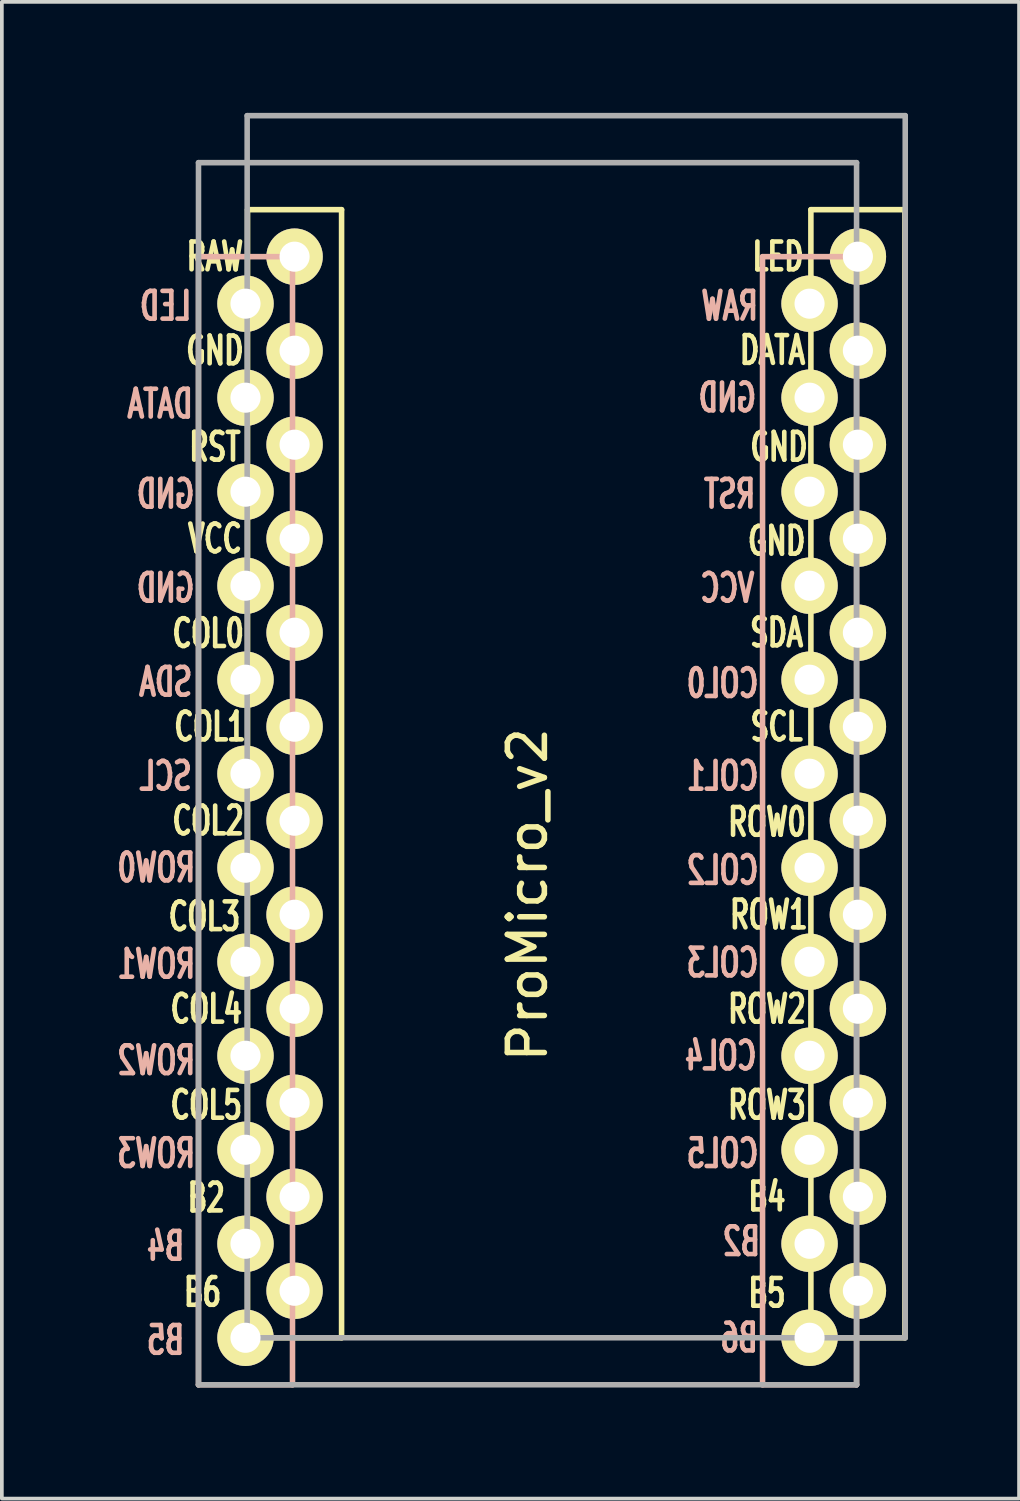
<source format=kicad_pcb>
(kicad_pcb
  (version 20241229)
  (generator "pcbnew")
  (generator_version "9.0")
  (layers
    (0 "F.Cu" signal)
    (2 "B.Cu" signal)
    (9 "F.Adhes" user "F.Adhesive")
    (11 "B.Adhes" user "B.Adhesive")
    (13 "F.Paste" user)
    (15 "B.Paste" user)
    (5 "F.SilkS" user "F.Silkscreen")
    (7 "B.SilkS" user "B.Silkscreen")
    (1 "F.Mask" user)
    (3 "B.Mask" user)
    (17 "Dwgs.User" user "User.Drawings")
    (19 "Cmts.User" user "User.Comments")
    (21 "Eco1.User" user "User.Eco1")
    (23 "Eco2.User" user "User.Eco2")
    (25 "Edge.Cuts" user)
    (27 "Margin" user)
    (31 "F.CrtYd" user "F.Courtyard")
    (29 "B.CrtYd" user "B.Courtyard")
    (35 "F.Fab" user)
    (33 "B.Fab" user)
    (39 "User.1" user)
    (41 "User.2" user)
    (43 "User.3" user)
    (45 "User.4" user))
  (footprint "ProMicro_v2"
    (layer "F.Cu")
    (at 12.473 18.363)
    (property "Reference" "ProMicro_v2" (at -1.27 2.762 270) (layer "F.SilkS") (effects (font (size 1 1) (thickness 0.15))))
    (attr through_hole)
    (fp_line (start -8.834 -15.748) (end -6.294 -15.748) (stroke (width 0.15) (type solid)) (layer "F.SilkS"))
    (fp_line (start -8.834 14.732) (end -8.834 -15.748) (stroke (width 0.15) (type solid)) (layer "F.SilkS"))
    (fp_line (start -6.294 -15.748) (end -6.294 14.732) (stroke (width 0.15) (type solid)) (layer "F.SilkS"))
    (fp_line (start -6.294 14.732) (end -8.834 14.732) (stroke (width 0.15) (type solid)) (layer "F.SilkS"))
    (fp_line (start 6.386 -15.748) (end 8.926 -15.748) (stroke (width 0.15) (type solid)) (layer "F.SilkS"))
    (fp_line (start 6.386 14.732) (end 6.386 -15.748) (stroke (width 0.15) (type solid)) (layer "F.SilkS"))
    (fp_line (start 8.926 -15.748) (end 8.926 14.732) (stroke (width 0.15) (type solid)) (layer "F.SilkS"))
    (fp_line (start 8.926 14.732) (end 6.386 14.732) (stroke (width 0.15) (type solid)) (layer "F.SilkS"))
    (fp_line (start -10.16 -14.478) (end -7.62 -14.478) (stroke (width 0.15) (type solid)) (layer "B.SilkS"))
    (fp_line (start -10.16 16.002) (end -10.16 -14.478) (stroke (width 0.15) (type solid)) (layer "B.SilkS"))
    (fp_line (start -7.62 -14.478) (end -7.62 16.002) (stroke (width 0.15) (type solid)) (layer "B.SilkS"))
    (fp_line (start -7.62 16.002) (end -10.16 16.002) (stroke (width 0.15) (type solid)) (layer "B.SilkS"))
    (fp_line (start 5.08 -14.478) (end 7.62 -14.478) (stroke (width 0.15) (type solid)) (layer "B.SilkS"))
    (fp_line (start 5.08 16.002) (end 5.08 -14.478) (stroke (width 0.15) (type solid)) (layer "B.SilkS"))
    (fp_line (start 7.62 -14.478) (end 7.62 16.002) (stroke (width 0.15) (type solid)) (layer "B.SilkS"))
    (fp_line (start 7.62 16.002) (end 5.08 16.002) (stroke (width 0.15) (type solid)) (layer "B.SilkS"))
    (fp_line (start -10.16 -17.018) (end 7.62 -17.018) (stroke (width 0.15) (type solid)) (layer "F.Fab"))
    (fp_line (start -10.16 16.002) (end -10.16 -17.018) (stroke (width 0.15) (type solid)) (layer "F.Fab"))
    (fp_line (start -8.845 -18.288) (end 8.935 -18.288) (stroke (width 0.15) (type solid)) (layer "F.Fab"))
    (fp_line (start -8.845 14.732) (end -8.845 -18.288) (stroke (width 0.15) (type solid)) (layer "F.Fab"))
    (fp_line (start 7.62 -17.018) (end 7.62 16.002) (stroke (width 0.15) (type solid)) (layer "F.Fab"))
    (fp_line (start 7.62 16.002) (end -10.16 16.002) (stroke (width 0.15) (type solid)) (layer "F.Fab"))
    (fp_line (start 8.935 -18.288) (end 8.935 14.732) (stroke (width 0.15) (type solid)) (layer "F.Fab"))
    (fp_line (start 8.935 14.732) (end -8.845 14.732) (stroke (width 0.15) (type solid)) (layer "F.Fab"))
    (fp_text user "COL1" (at -9.85 -1.778 0) (layer "F.SilkS") (effects (font (size 0.75 0.5) (thickness 0.125))))
    (fp_text user "SDA" (at 5.461 -4.318 0) (layer "F.SilkS") (effects (font (size 0.75 0.5) (thickness 0.125))))
    (fp_text user "COL4" (at -9.95 5.85 0) (layer "F.SilkS") (effects (font (size 0.75 0.5) (thickness 0.125))))
    (fp_text user "GND" (at 5.461 -6.795 0) (layer "F.SilkS") (effects (font (size 0.75 0.5) (thickness 0.125))))
    (fp_text user "ROW0" (at 5.2 0.8 0) (layer "F.SilkS") (effects (font (size 0.75 0.5) (thickness 0.125))))
    (fp_text user "B4" (at 5.2 10.922 0) (layer "F.SilkS") (effects (font (size 0.75 0.5) (thickness 0.125))))
    (fp_text user "RAW" (at -9.716 -14.478 0) (layer "F.SilkS") (effects (font (size 0.75 0.5) (thickness 0.125))))
    (fp_text user "B5" (at 5.2 13.525 0) (layer "F.SilkS") (effects (font (size 0.75 0.5) (thickness 0.125))))
    (fp_text user "COL0" (at -9.9 -4.3 0) (layer "F.SilkS") (effects (font (size 0.75 0.5) (thickness 0.125))))
    (fp_text user "GND" (at 5.524 -9.335 0) (layer "F.SilkS") (effects (font (size 0.75 0.5) (thickness 0.125))))
    (fp_text user "VCC" (at -9.716 -6.858 0) (layer "F.SilkS") (effects (font (size 0.75 0.5) (thickness 0.125))))
    (fp_text user "ROW3" (at 5.2 8.445 0) (layer "F.SilkS") (effects (font (size 0.75 0.5) (thickness 0.125))))
    (fp_text user "DATA" (at 5.35 -11.95 0) (layer "F.SilkS") (effects (font (size 0.75 0.5) (thickness 0.125))))
    (fp_text user "LED" (at 5.5 -14.478 0) (layer "F.SilkS") (effects (font (size 0.75 0.5) (thickness 0.125))))
    (fp_text user "ROW2" (at 5.2 5.85 0) (layer "F.SilkS") (effects (font (size 0.75 0.5) (thickness 0.125))))
    (fp_text user "SCL" (at 5.461 -1.778 0) (layer "F.SilkS") (effects (font (size 0.75 0.5) (thickness 0.125))))
    (fp_text user "B2" (at -9.95 10.95 0) (layer "F.SilkS") (effects (font (size 0.75 0.5) (thickness 0.125))))
    (fp_text user "" (at -0.5 -17.25 0) (layer "F.SilkS") (effects (font (size 1 1) (thickness 0.15))))
    (fp_text user "B6" (at -10.05 13.5 0) (layer "F.SilkS") (effects (font (size 0.75 0.5) (thickness 0.125))))
    (fp_text user "GND" (at -9.716 -11.938 0) (layer "F.SilkS") (effects (font (size 0.75 0.5) (thickness 0.125))))
    (fp_text user "COL3" (at -10 3.35 0) (layer "F.SilkS") (effects (font (size 0.75 0.5) (thickness 0.125))))
    (fp_text user "ROW1" (at 5.25 3.302 0) (layer "F.SilkS") (effects (font (size 0.75 0.5) (thickness 0.125))))
    (fp_text user "RST" (at -9.716 -9.335 0) (layer "F.SilkS") (effects (font (size 0.75 0.5) (thickness 0.125))))
    (fp_text user "COL5" (at -9.95 8.445 0) (layer "F.SilkS") (effects (font (size 0.75 0.5) (thickness 0.125))))
    (fp_text user "COL2" (at -9.9 0.762 0) (layer "F.SilkS") (effects (font (size 0.75 0.5) (thickness 0.125))))
    (fp_text user "RST" (at 4.191 -8.065 0) (layer "B.SilkS") (effects (font (size 0.75 0.5) (thickness 0.125)) (justify mirror)))
    (fp_text user "RAW" (at 4.191 -13.145 0) (layer "B.SilkS") (effects (font (size 0.75 0.5) (thickness 0.125)) (justify mirror)))
    (fp_text user "COL5" (at 4 9.75 0) (layer "B.SilkS") (effects (font (size 0.75 0.5) (thickness 0.125)) (justify mirror)))
    (fp_text user "" (at -1.206 -16.256 0) (layer "B.SilkS") (effects (font (size 1 1) (thickness 0.15)) (justify mirror)))
    (fp_text user "ROW1" (at -11.3 4.636 0) (layer "B.SilkS") (effects (font (size 0.75 0.5) (thickness 0.125)) (justify mirror)))
    (fp_text user "COL0" (at 4 -2.95 0) (layer "B.SilkS") (effects (font (size 0.75 0.5) (thickness 0.125)) (justify mirror)))
    (fp_text user "LED" (at -11.049 -13.145 0) (layer "B.SilkS") (effects (font (size 0.75 0.5) (thickness 0.125)) (justify mirror)))
    (fp_text user "GND" (at -11.049 -5.524 0) (layer "B.SilkS") (effects (font (size 0.75 0.5) (thickness 0.125)) (justify mirror)))
    (fp_text user "B4" (at -11.049 12.255 0) (layer "B.SilkS") (effects (font (size 0.75 0.5) (thickness 0.125)) (justify mirror)))
    (fp_text user "B2" (at 4.508 12.129 0) (layer "B.SilkS") (effects (font (size 0.75 0.5) (thickness 0.125)) (justify mirror)))
    (fp_text user "ROW0" (at -11.3 2.032 0) (layer "B.SilkS") (effects (font (size 0.75 0.5) (thickness 0.125)) (justify mirror)))
    (fp_text user "ROW2" (at -11.3 7.239 0) (layer "B.SilkS") (effects (font (size 0.75 0.5) (thickness 0.125)) (justify mirror)))
    (fp_text user "COL4" (at 3.95 7.112 0) (layer "B.SilkS") (effects (font (size 0.75 0.5) (thickness 0.125)) (justify mirror)))
    (fp_text user "VCC" (at 4.128 -5.524 0) (layer "B.SilkS") (effects (font (size 0.75 0.5) (thickness 0.125)) (justify mirror)))
    (fp_text user "SCL" (at -11.049 -0.445 0) (layer "B.SilkS") (effects (font (size 0.75 0.5) (thickness 0.125)) (justify mirror)))
    (fp_text user "SDA" (at -11.049 -2.985 0) (layer "B.SilkS") (effects (font (size 0.75 0.5) (thickness 0.125)) (justify mirror)))
    (fp_text user "COL2" (at 4 2.1 0) (layer "B.SilkS") (effects (font (size 0.75 0.5) (thickness 0.125)) (justify mirror)))
    (fp_text user "B5" (at -11.049 14.796 0) (layer "B.SilkS") (effects (font (size 0.75 0.5) (thickness 0.125)) (justify mirror)))
    (fp_text user "B6" (at 4.445 14.732 0) (layer "B.SilkS") (effects (font (size 0.75 0.5) (thickness 0.125)) (justify mirror)))
    (fp_text user "GND" (at -11.049 -8.065 0) (layer "B.SilkS") (effects (font (size 0.75 0.5) (thickness 0.125)) (justify mirror)))
    (fp_text user "GND" (at 4.128 -10.668 0) (layer "B.SilkS") (effects (font (size 0.75 0.5) (thickness 0.125)) (justify mirror)))
    (fp_text user "COL1" (at 4 -0.445 0) (layer "B.SilkS") (effects (font (size 0.75 0.5) (thickness 0.125)) (justify mirror)))
    (fp_text user "ROW3" (at -11.3 9.75 0) (layer "B.SilkS") (effects (font (size 0.75 0.5) (thickness 0.125)) (justify mirror)))
    (fp_text user "COL3" (at 4 4.6 0) (layer "B.SilkS") (effects (font (size 0.75 0.5) (thickness 0.125)) (justify mirror)))
    (fp_text user "DATA" (at -11.2 -10.5 0) (layer "B.SilkS") (effects (font (size 0.75 0.5) (thickness 0.125)) (justify mirror)))
    (pad "1" thru_hole circle (at -8.89 -13.208) (size 1.524 1.524) (drill 0.813) (layers "*.Cu" "*.Mask" "F.SilkS"))
    (pad "1" thru_hole circle (at 7.656 -14.478) (size 1.524 1.524) (drill 0.813) (layers "*.Cu" "*.Mask" "F.SilkS"))
    (pad "2" thru_hole circle (at -8.89 -10.668) (size 1.524 1.524) (drill 0.813) (layers "*.Cu" "*.Mask" "F.SilkS"))
    (pad "2" thru_hole circle (at 7.656 -11.938) (size 1.524 1.524) (drill 0.813) (layers "*.Cu" "*.Mask" "F.SilkS"))
    (pad "3" thru_hole circle (at -8.89 -8.128) (size 1.524 1.524) (drill 0.813) (layers "*.Cu" "*.Mask" "F.SilkS"))
    (pad "3" thru_hole circle (at 7.656 -9.398) (size 1.524 1.524) (drill 0.813) (layers "*.Cu" "*.Mask" "F.SilkS"))
    (pad "4" thru_hole circle (at -8.89 -5.588) (size 1.524 1.524) (drill 0.813) (layers "*.Cu" "*.Mask" "F.SilkS"))
    (pad "4" thru_hole circle (at 7.656 -6.858) (size 1.524 1.524) (drill 0.813) (layers "*.Cu" "*.Mask" "F.SilkS"))
    (pad "5" thru_hole circle (at -8.89 -3.048) (size 1.524 1.524) (drill 0.813) (layers "*.Cu" "*.Mask" "F.SilkS"))
    (pad "5" thru_hole circle (at 7.656 -4.318) (size 1.524 1.524) (drill 0.813) (layers "*.Cu" "*.Mask" "F.SilkS"))
    (pad "6" thru_hole circle (at -8.89 -0.508) (size 1.524 1.524) (drill 0.813) (layers "*.Cu" "*.Mask" "F.SilkS"))
    (pad "6" thru_hole circle (at 7.656 -1.778) (size 1.524 1.524) (drill 0.813) (layers "*.Cu" "*.Mask" "F.SilkS"))
    (pad "7" thru_hole circle (at -8.89 2.032) (size 1.524 1.524) (drill 0.813) (layers "*.Cu" "*.Mask" "F.SilkS"))
    (pad "7" thru_hole circle (at 7.656 0.762) (size 1.524 1.524) (drill 0.813) (layers "*.Cu" "*.Mask" "F.SilkS"))
    (pad "8" thru_hole circle (at -8.89 4.572) (size 1.524 1.524) (drill 0.813) (layers "*.Cu" "*.Mask" "F.SilkS"))
    (pad "8" thru_hole circle (at 7.656 3.302) (size 1.524 1.524) (drill 0.813) (layers "*.Cu" "*.Mask" "F.SilkS"))
    (pad "9" thru_hole circle (at -8.89 7.112) (size 1.524 1.524) (drill 0.813) (layers "*.Cu" "*.Mask" "F.SilkS"))
    (pad "9" thru_hole circle (at 7.656 5.842) (size 1.524 1.524) (drill 0.813) (layers "*.Cu" "*.Mask" "F.SilkS"))
    (pad "10" thru_hole circle (at -8.89 9.652) (size 1.524 1.524) (drill 0.813) (layers "*.Cu" "*.Mask" "F.SilkS"))
    (pad "10" thru_hole circle (at 7.656 8.382) (size 1.524 1.524) (drill 0.813) (layers "*.Cu" "*.Mask" "F.SilkS"))
    (pad "11" thru_hole circle (at -8.89 12.192) (size 1.524 1.524) (drill 0.813) (layers "*.Cu" "*.Mask" "F.SilkS"))
    (pad "11" thru_hole circle (at 7.656 10.922) (size 1.524 1.524) (drill 0.813) (layers "*.Cu" "*.Mask" "F.SilkS"))
    (pad "12" thru_hole circle (at -8.89 14.732) (size 1.524 1.524) (drill 0.813) (layers "*.Cu" "*.Mask" "F.SilkS"))
    (pad "12" thru_hole circle (at 7.656 13.462) (size 1.524 1.524) (drill 0.813) (layers "*.Cu" "*.Mask" "F.SilkS"))
    (pad "13" thru_hole circle (at -7.564 13.462) (size 1.524 1.524) (drill 0.813) (layers "*.Cu" "*.Mask" "F.SilkS"))
    (pad "13" thru_hole circle (at 6.35 14.732) (size 1.524 1.524) (drill 0.813) (layers "*.Cu" "*.Mask" "F.SilkS"))
    (pad "14" thru_hole circle (at -7.564 10.922) (size 1.524 1.524) (drill 0.813) (layers "*.Cu" "*.Mask" "F.SilkS"))
    (pad "14" thru_hole circle (at 6.35 12.192) (size 1.524 1.524) (drill 0.813) (layers "*.Cu" "*.Mask" "F.SilkS"))
    (pad "15" thru_hole circle (at -7.564 8.382) (size 1.524 1.524) (drill 0.813) (layers "*.Cu" "*.Mask" "F.SilkS"))
    (pad "15" thru_hole circle (at 6.35 9.652) (size 1.524 1.524) (drill 0.813) (layers "*.Cu" "*.Mask" "F.SilkS"))
    (pad "16" thru_hole circle (at -7.564 5.842) (size 1.524 1.524) (drill 0.813) (layers "*.Cu" "*.Mask" "F.SilkS"))
    (pad "16" thru_hole circle (at 6.35 7.112) (size 1.524 1.524) (drill 0.813) (layers "*.Cu" "*.Mask" "F.SilkS"))
    (pad "17" thru_hole circle (at -7.564 3.302) (size 1.524 1.524) (drill 0.813) (layers "*.Cu" "*.Mask" "F.SilkS"))
    (pad "17" thru_hole circle (at 6.35 4.572) (size 1.524 1.524) (drill 0.813) (layers "*.Cu" "*.Mask" "F.SilkS"))
    (pad "18" thru_hole circle (at -7.564 0.762) (size 1.524 1.524) (drill 0.813) (layers "*.Cu" "*.Mask" "F.SilkS"))
    (pad "18" thru_hole circle (at 6.35 2.032) (size 1.524 1.524) (drill 0.813) (layers "*.Cu" "*.Mask" "F.SilkS"))
    (pad "19" thru_hole circle (at -7.564 -1.778) (size 1.524 1.524) (drill 0.813) (layers "*.Cu" "*.Mask" "F.SilkS"))
    (pad "19" thru_hole circle (at 6.35 -0.508) (size 1.524 1.524) (drill 0.813) (layers "*.Cu" "*.Mask" "F.SilkS"))
    (pad "20" thru_hole circle (at -7.564 -4.318) (size 1.524 1.524) (drill 0.813) (layers "*.Cu" "*.Mask" "F.SilkS"))
    (pad "20" thru_hole circle (at 6.35 -3.048) (size 1.524 1.524) (drill 0.813) (layers "*.Cu" "*.Mask" "F.SilkS"))
    (pad "21" thru_hole circle (at -7.564 -6.858) (size 1.524 1.524) (drill 0.813) (layers "*.Cu" "*.Mask" "F.SilkS"))
    (pad "21" thru_hole circle (at 6.35 -5.588) (size 1.524 1.524) (drill 0.813) (layers "*.Cu" "*.Mask" "F.SilkS"))
    (pad "22" thru_hole circle (at -7.564 -9.398) (size 1.524 1.524) (drill 0.813) (layers "*.Cu" "*.Mask" "F.SilkS"))
    (pad "22" thru_hole circle (at 6.35 -8.128) (size 1.524 1.524) (drill 0.813) (layers "*.Cu" "*.Mask" "F.SilkS"))
    (pad "23" thru_hole circle (at -7.564 -11.938) (size 1.524 1.524) (drill 0.813) (layers "*.Cu" "*.Mask" "F.SilkS"))
    (pad "23" thru_hole circle (at 6.35 -10.668) (size 1.524 1.524) (drill 0.813) (layers "*.Cu" "*.Mask" "F.SilkS"))
    (pad "24" thru_hole circle (at -7.564 -14.478) (size 1.524 1.524) (drill 0.813) (layers "*.Cu" "*.Mask" "F.SilkS"))
    (pad "24" thru_hole circle (at 6.35 -13.208) (size 1.524 1.524) (drill 0.813) (layers "*.Cu" "*.Mask" "F.SilkS")))
  (gr_rect
    (start -3 -3)
    (end 24.483 37.44)
    (stroke (width 0.1) (type default))
    (fill no)
    (layer "Edge.Cuts")))
</source>
